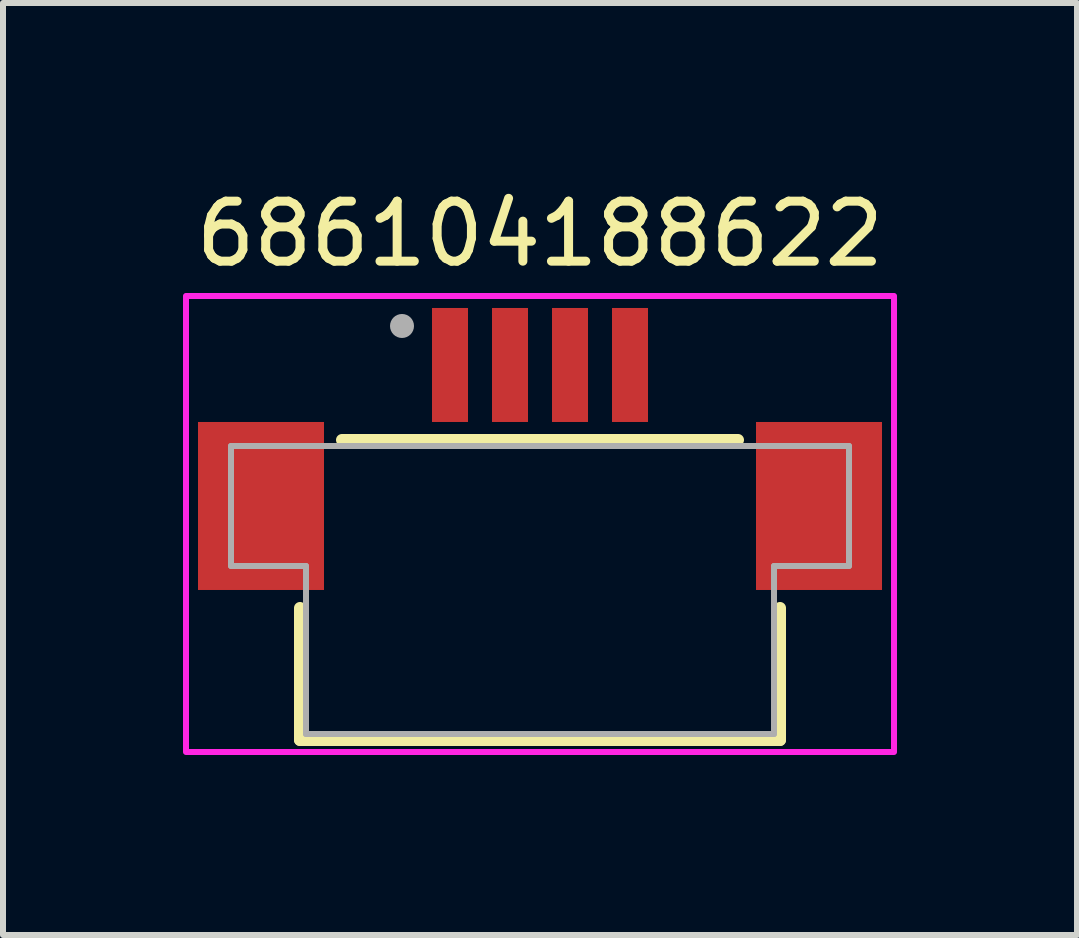
<source format=kicad_pcb>
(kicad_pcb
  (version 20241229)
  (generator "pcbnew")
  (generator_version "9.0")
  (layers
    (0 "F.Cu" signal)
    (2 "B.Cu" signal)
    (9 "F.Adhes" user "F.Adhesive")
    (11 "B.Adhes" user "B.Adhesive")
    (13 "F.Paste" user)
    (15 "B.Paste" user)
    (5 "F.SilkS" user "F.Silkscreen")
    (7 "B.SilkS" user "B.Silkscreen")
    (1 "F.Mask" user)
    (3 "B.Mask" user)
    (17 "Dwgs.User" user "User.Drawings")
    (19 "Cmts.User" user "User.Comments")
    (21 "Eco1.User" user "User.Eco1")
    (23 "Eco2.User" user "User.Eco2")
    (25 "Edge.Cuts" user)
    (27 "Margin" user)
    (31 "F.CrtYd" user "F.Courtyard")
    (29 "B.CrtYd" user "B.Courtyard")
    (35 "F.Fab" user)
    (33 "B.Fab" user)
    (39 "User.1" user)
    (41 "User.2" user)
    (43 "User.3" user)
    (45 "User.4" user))
  (footprint "686104188622"
    (layer "F.Cu")
    (at 5.95 5.983)
    (property "Reference" "686104188622" (at 0 -5.135 0) (layer "F.SilkS") (effects (font (size 1 1) (thickness 0.15))))
    (attr smd)
    (fp_line (start -4 3.3) (end -4 1.1) (stroke (width 0.2) (type solid)) (layer "F.SilkS"))
    (fp_line (start -3.3 -1.7) (end 3.3 -1.7) (stroke (width 0.2) (type solid)) (layer "F.SilkS"))
    (fp_line (start 4 1.1) (end 4 3.3) (stroke (width 0.2) (type solid)) (layer "F.SilkS"))
    (fp_line (start 4 3.3) (end -4 3.3) (stroke (width 0.2) (type solid)) (layer "F.SilkS"))
    (fp_poly (pts (xy 5.9 -4.1) (xy 5.9 3.5) (xy -5.9 3.5) (xy -5.9 -4.1)) (stroke (width 0.1) (type solid)) (fill no) (layer "F.CrtYd"))
    (fp_line (start -5.15 -1.6) (end -5.15 0.4) (stroke (width 0.1) (type solid)) (layer "F.Fab"))
    (fp_line (start -5.15 0.4) (end -3.9 0.4) (stroke (width 0.1) (type solid)) (layer "F.Fab"))
    (fp_line (start -3.9 0.4) (end -3.9 3.2) (stroke (width 0.1) (type solid)) (layer "F.Fab"))
    (fp_line (start -3.9 3.2) (end 3.9 3.2) (stroke (width 0.1) (type solid)) (layer "F.Fab"))
    (fp_line (start 3.9 0.4) (end 5.15 0.4) (stroke (width 0.1) (type solid)) (layer "F.Fab"))
    (fp_line (start 3.9 3.2) (end 3.9 0.4) (stroke (width 0.1) (type solid)) (layer "F.Fab"))
    (fp_line (start 5.15 -1.6) (end -5.15 -1.6) (stroke (width 0.1) (type solid)) (layer "F.Fab"))
    (fp_line (start 5.15 0.4) (end 5.15 -1.6) (stroke (width 0.1) (type solid)) (layer "F.Fab"))
    (fp_circle (center -2.3 -3.6) (end -2.2 -3.6) (stroke (width 0.2) (type solid)) (fill no) (layer "F.Fab"))
    (pad "1" smd rect (at -1.5 -2.95 90) (size 1.9 0.6) (layers "F.Cu" "F.Mask" "F.Paste"))
    (pad "2" smd rect (at -0.5 -2.95 90) (size 1.9 0.6) (layers "F.Cu" "F.Mask" "F.Paste"))
    (pad "3" smd rect (at 0.5 -2.95 90) (size 1.9 0.6) (layers "F.Cu" "F.Mask" "F.Paste"))
    (pad "4" smd rect (at 1.5 -2.95 90) (size 1.9 0.6) (layers "F.Cu" "F.Mask" "F.Paste"))
    (pad "Z1" smd rect (at -4.65 -0.6) (size 2.1 2.8) (layers "F.Cu" "F.Mask" "F.Paste"))
    (pad "Z2" smd rect (at 4.65 -0.6) (size 2.1 2.8) (layers "F.Cu" "F.Mask" "F.Paste")))
  (gr_rect
    (start -3 -3)
    (end 14.9 12.533)
    (stroke (width 0.1) (type default))
    (fill no)
    (layer "Edge.Cuts")))
</source>
